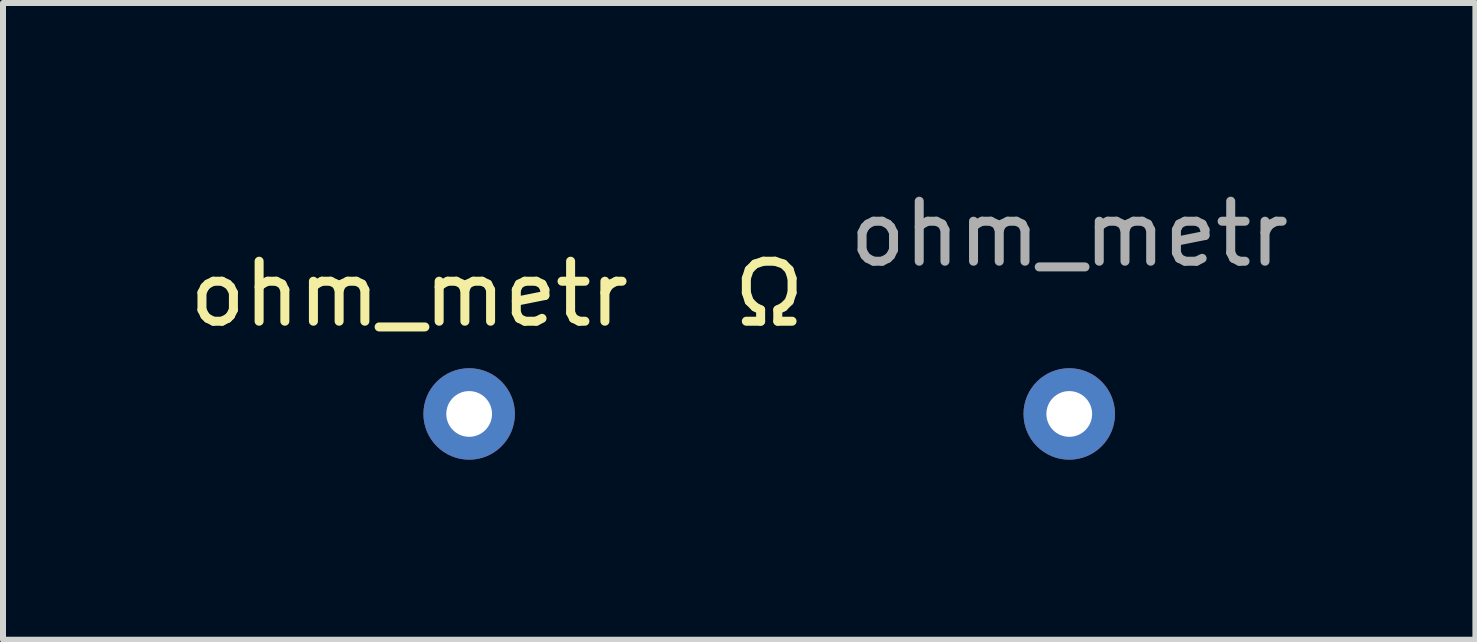
<source format=kicad_pcb>
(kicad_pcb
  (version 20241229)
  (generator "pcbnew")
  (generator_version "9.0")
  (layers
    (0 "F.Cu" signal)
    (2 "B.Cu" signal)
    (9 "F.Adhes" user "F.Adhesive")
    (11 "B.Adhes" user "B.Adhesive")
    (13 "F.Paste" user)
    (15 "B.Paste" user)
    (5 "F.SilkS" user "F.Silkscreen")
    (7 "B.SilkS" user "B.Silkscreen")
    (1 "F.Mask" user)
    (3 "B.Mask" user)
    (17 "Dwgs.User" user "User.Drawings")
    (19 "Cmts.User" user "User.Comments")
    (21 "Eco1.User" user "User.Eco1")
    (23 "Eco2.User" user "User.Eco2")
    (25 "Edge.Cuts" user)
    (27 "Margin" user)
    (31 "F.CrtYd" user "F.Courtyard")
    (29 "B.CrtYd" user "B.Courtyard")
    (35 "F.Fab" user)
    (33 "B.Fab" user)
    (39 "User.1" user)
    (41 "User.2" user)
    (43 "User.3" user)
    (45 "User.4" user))
  (footprint "ohm_metr"
    (layer "F.Cu")
    (at 4.768 3.848)
    (property "Reference" "ohm_metr" (at -1 -2 0) (unlocked yes) (layer "F.SilkS") (effects (font (size 1 1) (thickness 0.15))))
    (attr through_hole)
    (fp_text user "Ω" (at 5 -2 0) (unlocked yes) (layer "F.SilkS") (effects (font (size 1 1) (thickness 0.15))))
    (fp_text user "${REFERENCE}" (at 10 -3 0) (unlocked yes) (layer "F.Fab") (effects (font (size 1 1) (thickness 0.15))))
    (pad "1" thru_hole circle (at 0 0) (size 1.524 1.524) (drill 0.762) (layers "*.Cu" "*.Mask"))
    (pad "2" thru_hole circle (at 10 0) (size 1.524 1.524) (drill 0.762) (layers "*.Cu" "*.Mask")))
  (gr_rect
    (start -3 -3)
    (end 21.536 7.61)
    (stroke (width 0.1) (type default))
    (fill no)
    (layer "Edge.Cuts")))
</source>
